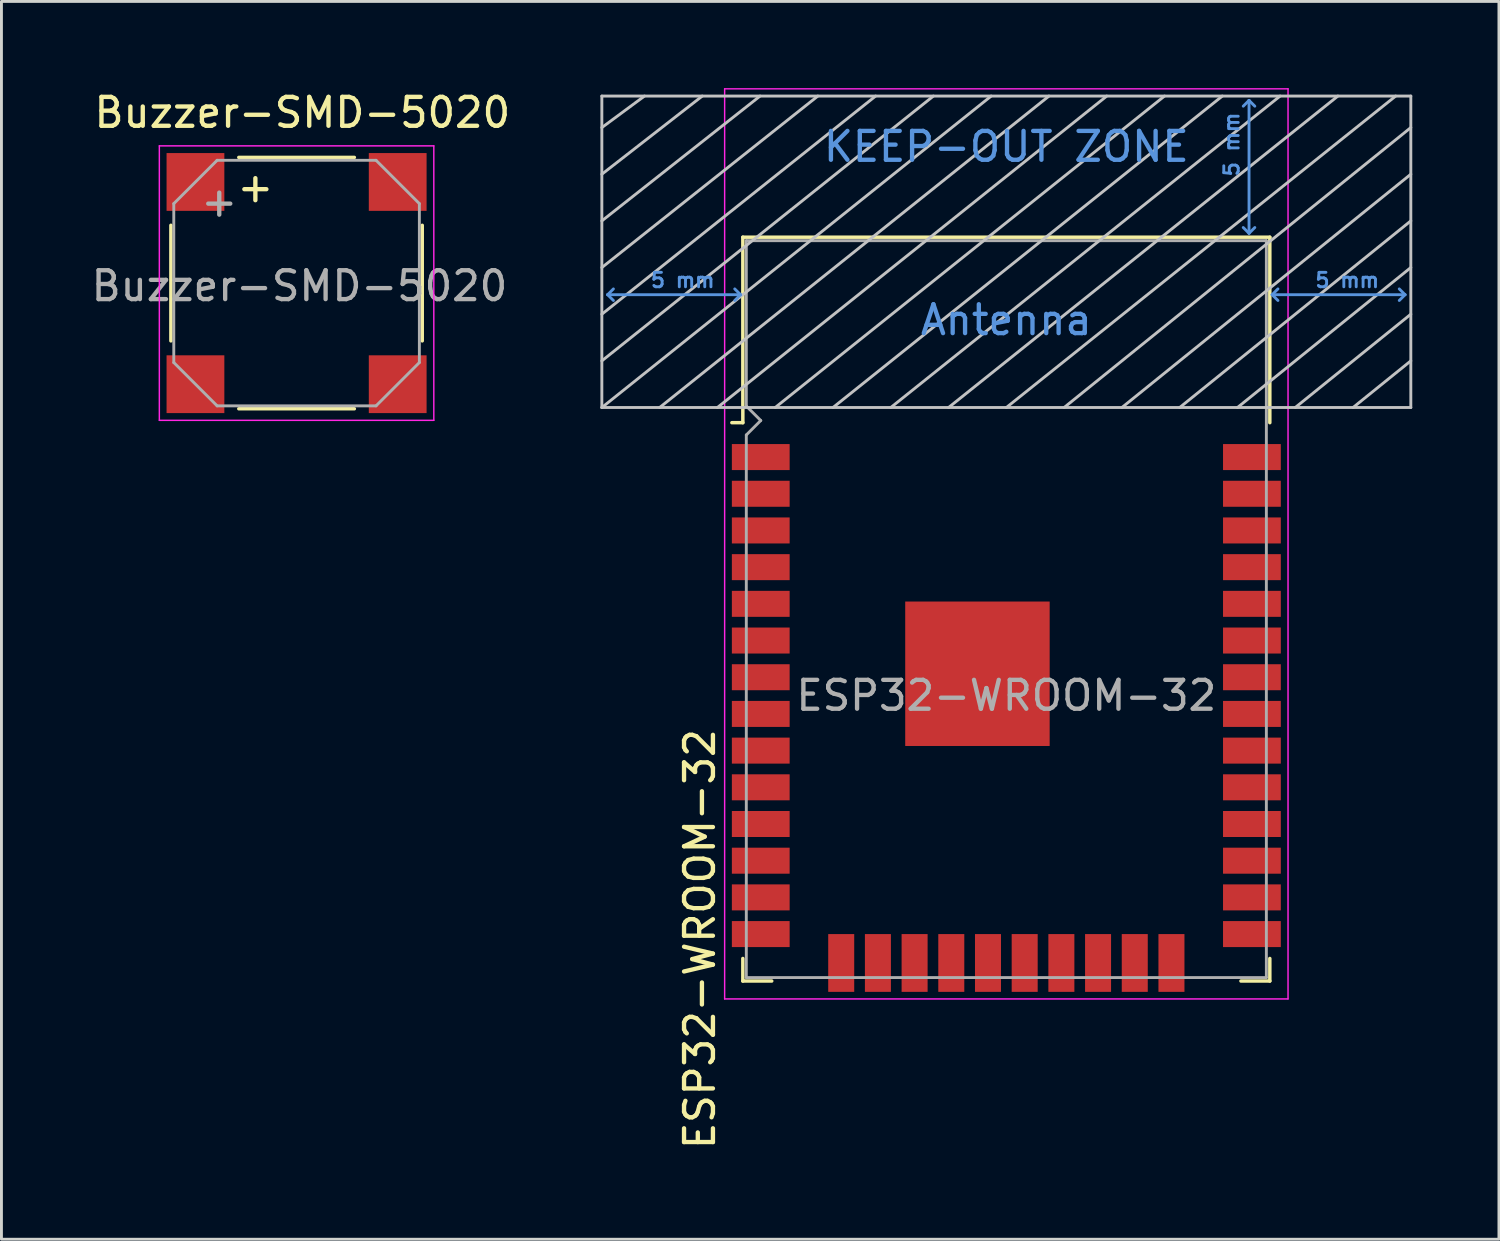
<source format=kicad_pcb>
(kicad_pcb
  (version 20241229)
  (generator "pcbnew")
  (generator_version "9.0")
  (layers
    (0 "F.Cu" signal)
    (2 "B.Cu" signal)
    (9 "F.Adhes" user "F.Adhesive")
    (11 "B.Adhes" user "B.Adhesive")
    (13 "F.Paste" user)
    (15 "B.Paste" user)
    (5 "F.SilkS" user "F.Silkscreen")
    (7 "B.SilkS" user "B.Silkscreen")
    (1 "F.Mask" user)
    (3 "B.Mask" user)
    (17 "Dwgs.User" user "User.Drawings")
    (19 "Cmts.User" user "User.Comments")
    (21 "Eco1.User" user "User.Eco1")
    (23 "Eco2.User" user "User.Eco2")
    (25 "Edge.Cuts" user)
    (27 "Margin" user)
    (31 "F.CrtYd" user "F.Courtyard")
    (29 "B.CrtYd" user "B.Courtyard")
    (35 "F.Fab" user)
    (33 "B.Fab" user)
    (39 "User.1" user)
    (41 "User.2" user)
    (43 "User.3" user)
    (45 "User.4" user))
  (footprint "Buzzer-SMD-5020"
    (layer "F.Cu")
    (at 7.215 6.748)
    (property "Reference" "Buzzer-SMD-5020" (at 0.2 -5.9 0) (layer "F.SilkS") (effects (font (size 1 1) (thickness 0.15))))
    (attr smd)
    (fp_line (start -4.35 -2) (end -4.35 2) (stroke (width 0.12) (type solid)) (layer "F.SilkS"))
    (fp_line (start -2 4.35) (end 2 4.35) (stroke (width 0.12) (type solid)) (layer "F.SilkS"))
    (fp_line (start 2 -4.35) (end -2 -4.35) (stroke (width 0.12) (type solid)) (layer "F.SilkS"))
    (fp_line (start 4.35 2) (end 4.35 -2) (stroke (width 0.12) (type solid)) (layer "F.SilkS"))
    (fp_line (start -4.75 -4.75) (end 4.75 -4.75) (stroke (width 0.05) (type solid)) (layer "F.CrtYd"))
    (fp_line (start -4.75 4.75) (end -4.75 -4.75) (stroke (width 0.05) (type solid)) (layer "F.CrtYd"))
    (fp_line (start 4.75 -4.75) (end 4.75 4.75) (stroke (width 0.05) (type solid)) (layer "F.CrtYd"))
    (fp_line (start 4.75 4.75) (end -4.75 4.75) (stroke (width 0.05) (type solid)) (layer "F.CrtYd"))
    (fp_line (start -4.25 -2.75) (end -2.75 -4.25) (stroke (width 0.1) (type solid)) (layer "F.Fab"))
    (fp_line (start -4.25 2.75) (end -4.25 -2.75) (stroke (width 0.1) (type solid)) (layer "F.Fab"))
    (fp_line (start -2.75 -4.25) (end 2.75 -4.25) (stroke (width 0.1) (type solid)) (layer "F.Fab"))
    (fp_line (start -2.75 4.25) (end -4.25 2.75) (stroke (width 0.1) (type solid)) (layer "F.Fab"))
    (fp_line (start 2.75 -4.25) (end 4.25 -2.75) (stroke (width 0.1) (type solid)) (layer "F.Fab"))
    (fp_line (start 2.75 4.25) (end -2.75 4.25) (stroke (width 0.1) (type solid)) (layer "F.Fab"))
    (fp_line (start 4.25 -2.75) (end 4.25 2.75) (stroke (width 0.1) (type solid)) (layer "F.Fab"))
    (fp_line (start 4.25 2.75) (end 2.75 4.25) (stroke (width 0.1) (type solid)) (layer "F.Fab"))
    (fp_text user "+" (at -1.5 -3.25 270) (layer "F.SilkS") (effects (font (size 1 1) (thickness 0.15))))
    (fp_text user "+" (at -2.75 -2.75 270) (layer "F.Fab") (effects (font (size 1 1) (thickness 0.15))))
    (fp_text user "${REFERENCE}" (at 0.1 0.1 0) (layer "F.Fab") (effects (font (size 1 1) (thickness 0.15))))
    (pad "1" smd rect (at -3.5 -3.5 270) (size 2 2) (layers "F.Cu" "F.Mask" "F.Paste"))
    (pad "2" smd rect (at -3.5 3.5 270) (size 2 2) (layers "F.Cu" "F.Mask" "F.Paste"))
    (pad "3" smd rect (at 3.5 3.5 270) (size 2 2) (layers "F.Cu" "F.Mask" "F.Paste"))
    (pad "4" smd rect (at 3.5 -3.5 270) (size 2 2) (layers "F.Cu" "F.Mask" "F.Paste")))
  (footprint "ESP32-WROOM-32"
    (layer "F.Cu")
    (at 31.781 21.025)
    (property "Reference" "ESP32-WROOM-32" (at -10.61 8.43 90) (layer "F.SilkS") (effects (font (size 1 1) (thickness 0.15))))
    (attr smd)
    (fp_line (start -9.12 -15.865) (end -9.12 -9.445) (stroke (width 0.12) (type solid)) (layer "F.SilkS"))
    (fp_line (start -9.12 -15.865) (end 9.12 -15.865) (stroke (width 0.12) (type solid)) (layer "F.SilkS"))
    (fp_line (start -9.12 -9.445) (end -9.5 -9.445) (stroke (width 0.12) (type solid)) (layer "F.SilkS"))
    (fp_line (start -9.12 9.1) (end -9.12 9.88) (stroke (width 0.12) (type solid)) (layer "F.SilkS"))
    (fp_line (start -9.12 9.88) (end -8.12 9.88) (stroke (width 0.12) (type solid)) (layer "F.SilkS"))
    (fp_line (start 9.12 -15.865) (end 9.12 -9.445) (stroke (width 0.12) (type solid)) (layer "F.SilkS"))
    (fp_line (start 9.12 9.1) (end 9.12 9.88) (stroke (width 0.12) (type solid)) (layer "F.SilkS"))
    (fp_line (start 9.12 9.88) (end 8.12 9.88) (stroke (width 0.12) (type solid)) (layer "F.SilkS"))
    (fp_line (start -14 -9.97) (end -14 -20.75) (stroke (width 0.1) (type solid)) (layer "Dwgs.User"))
    (fp_line (start -12.525 -20.75) (end -14 -19.66) (stroke (width 0.1) (type solid)) (layer "Dwgs.User"))
    (fp_line (start -10.525 -20.75) (end -14 -18.045) (stroke (width 0.1) (type solid)) (layer "Dwgs.User"))
    (fp_line (start -8.525 -20.75) (end -14 -16.43) (stroke (width 0.1) (type solid)) (layer "Dwgs.User"))
    (fp_line (start -8 -9.97) (end 5.475 -20.75) (stroke (width 0.1) (type solid)) (layer "Dwgs.User"))
    (fp_line (start -6.525 -20.75) (end -14 -14.815) (stroke (width 0.1) (type solid)) (layer "Dwgs.User"))
    (fp_line (start -4.525 -20.75) (end -14 -13.2) (stroke (width 0.1) (type solid)) (layer "Dwgs.User"))
    (fp_line (start -2.525 -20.75) (end -14 -11.585) (stroke (width 0.1) (type solid)) (layer "Dwgs.User"))
    (fp_line (start -0.525 -20.75) (end -14 -9.97) (stroke (width 0.1) (type solid)) (layer "Dwgs.User"))
    (fp_line (start 1.475 -20.75) (end -12 -9.97) (stroke (width 0.1) (type solid)) (layer "Dwgs.User"))
    (fp_line (start 3.475 -20.75) (end -10 -9.97) (stroke (width 0.1) (type solid)) (layer "Dwgs.User"))
    (fp_line (start 7.475 -20.75) (end -6 -9.97) (stroke (width 0.1) (type solid)) (layer "Dwgs.User"))
    (fp_line (start 9.475 -20.75) (end -4 -9.97) (stroke (width 0.1) (type solid)) (layer "Dwgs.User"))
    (fp_line (start 11.475 -20.75) (end -2 -9.97) (stroke (width 0.1) (type solid)) (layer "Dwgs.User"))
    (fp_line (start 13.475 -20.75) (end 0 -9.97) (stroke (width 0.1) (type solid)) (layer "Dwgs.User"))
    (fp_line (start 14 -20.75) (end -14 -20.75) (stroke (width 0.1) (type solid)) (layer "Dwgs.User"))
    (fp_line (start 14 -19.66) (end 2 -9.97) (stroke (width 0.1) (type solid)) (layer "Dwgs.User"))
    (fp_line (start 14 -18.045) (end 4 -9.97) (stroke (width 0.1) (type solid)) (layer "Dwgs.User"))
    (fp_line (start 14 -16.43) (end 6 -9.97) (stroke (width 0.1) (type solid)) (layer "Dwgs.User"))
    (fp_line (start 14 -14.815) (end 8 -9.97) (stroke (width 0.1) (type solid)) (layer "Dwgs.User"))
    (fp_line (start 14 -13.2) (end 10 -9.97) (stroke (width 0.1) (type solid)) (layer "Dwgs.User"))
    (fp_line (start 14 -11.585) (end 12 -9.97) (stroke (width 0.1) (type solid)) (layer "Dwgs.User"))
    (fp_line (start 14 -9.97) (end -14 -9.97) (stroke (width 0.1) (type solid)) (layer "Dwgs.User"))
    (fp_line (start 14 -9.97) (end 14 -20.75) (stroke (width 0.1) (type solid)) (layer "Dwgs.User"))
    (fp_line (start -13.8 -13.875) (end -13.6 -14.075) (stroke (width 0.1) (type solid)) (layer "Cmts.User"))
    (fp_line (start -13.8 -13.875) (end -13.6 -13.675) (stroke (width 0.1) (type solid)) (layer "Cmts.User"))
    (fp_line (start -13.8 -13.875) (end -9.2 -13.875) (stroke (width 0.1) (type solid)) (layer "Cmts.User"))
    (fp_line (start -9.2 -13.875) (end -9.4 -14.075) (stroke (width 0.1) (type solid)) (layer "Cmts.User"))
    (fp_line (start -9.2 -13.875) (end -9.4 -13.675) (stroke (width 0.1) (type solid)) (layer "Cmts.User"))
    (fp_line (start 8.4 -20.6) (end 8.2 -20.4) (stroke (width 0.1) (type solid)) (layer "Cmts.User"))
    (fp_line (start 8.4 -20.6) (end 8.6 -20.4) (stroke (width 0.1) (type solid)) (layer "Cmts.User"))
    (fp_line (start 8.4 -16) (end 8.2 -16.2) (stroke (width 0.1) (type solid)) (layer "Cmts.User"))
    (fp_line (start 8.4 -16) (end 8.4 -20.6) (stroke (width 0.1) (type solid)) (layer "Cmts.User"))
    (fp_line (start 8.4 -16) (end 8.6 -16.2) (stroke (width 0.1) (type solid)) (layer "Cmts.User"))
    (fp_line (start 9.2 -13.875) (end 9.4 -14.075) (stroke (width 0.1) (type solid)) (layer "Cmts.User"))
    (fp_line (start 9.2 -13.875) (end 9.4 -13.675) (stroke (width 0.1) (type solid)) (layer "Cmts.User"))
    (fp_line (start 9.2 -13.875) (end 13.8 -13.875) (stroke (width 0.1) (type solid)) (layer "Cmts.User"))
    (fp_line (start 13.8 -13.875) (end 13.6 -14.075) (stroke (width 0.1) (type solid)) (layer "Cmts.User"))
    (fp_line (start 13.8 -13.875) (end 13.6 -13.675) (stroke (width 0.1) (type solid)) (layer "Cmts.User"))
    (fp_line (start -9.75 -21) (end 9.75 -21) (stroke (width 0.05) (type solid)) (layer "F.CrtYd"))
    (fp_line (start -9.75 10.5) (end -9.75 -21) (stroke (width 0.05) (type solid)) (layer "F.CrtYd"))
    (fp_line (start -9.75 10.5) (end 9.75 10.5) (stroke (width 0.05) (type solid)) (layer "F.CrtYd"))
    (fp_line (start 9.75 -21) (end 9.75 10.5) (stroke (width 0.05) (type solid)) (layer "F.CrtYd"))
    (fp_line (start -9 -15.745) (end -9 -10.02) (stroke (width 0.1) (type solid)) (layer "F.Fab"))
    (fp_line (start -9 -15.745) (end 9 -15.745) (stroke (width 0.1) (type solid)) (layer "F.Fab"))
    (fp_line (start -9 -9.02) (end -9 9.76) (stroke (width 0.1) (type solid)) (layer "F.Fab"))
    (fp_line (start -9 -9.02) (end -8.5 -9.52) (stroke (width 0.1) (type solid)) (layer "F.Fab"))
    (fp_line (start -9 9.76) (end 9 9.76) (stroke (width 0.1) (type solid)) (layer "F.Fab"))
    (fp_line (start -8.5 -9.52) (end -9 -10.02) (stroke (width 0.1) (type solid)) (layer "F.Fab"))
    (fp_line (start 9 9.76) (end 9 -15.745) (stroke (width 0.1) (type solid)) (layer "F.Fab"))
    (fp_text user "5 mm" (at 7.8 -19.075 90) (layer "Cmts.User") (effects (font (size 0.5 0.5) (thickness 0.1))))
    (fp_text user "Antenna" (at 0 -13 0) (layer "Cmts.User") (effects (font (size 1 1) (thickness 0.15))))
    (fp_text user "5 mm" (at 11.8 -14.375 0) (layer "Cmts.User") (effects (font (size 0.5 0.5) (thickness 0.1))))
    (fp_text user "5 mm" (at -11.2 -14.375 0) (layer "Cmts.User") (effects (font (size 0.5 0.5) (thickness 0.1))))
    (fp_text user "KEEP-OUT ZONE" (at 0 -19 0) (layer "Cmts.User") (effects (font (size 1 1) (thickness 0.15))))
    (fp_text user "${REFERENCE}" (at 0 0 0) (layer "F.Fab") (effects (font (size 1 1) (thickness 0.15))))
    (pad "1" smd rect (at -8.5 -8.255) (size 2 0.9) (layers "F.Cu" "F.Mask" "F.Paste"))
    (pad "2" smd rect (at -8.5 -6.985) (size 2 0.9) (layers "F.Cu" "F.Mask" "F.Paste"))
    (pad "3" smd rect (at -8.5 -5.715) (size 2 0.9) (layers "F.Cu" "F.Mask" "F.Paste"))
    (pad "4" smd rect (at -8.5 -4.445) (size 2 0.9) (layers "F.Cu" "F.Mask" "F.Paste"))
    (pad "5" smd rect (at -8.5 -3.175) (size 2 0.9) (layers "F.Cu" "F.Mask" "F.Paste"))
    (pad "6" smd rect (at -8.5 -1.905) (size 2 0.9) (layers "F.Cu" "F.Mask" "F.Paste"))
    (pad "7" smd rect (at -8.5 -0.635) (size 2 0.9) (layers "F.Cu" "F.Mask" "F.Paste"))
    (pad "8" smd rect (at -8.5 0.635) (size 2 0.9) (layers "F.Cu" "F.Mask" "F.Paste"))
    (pad "9" smd rect (at -8.5 1.905) (size 2 0.9) (layers "F.Cu" "F.Mask" "F.Paste"))
    (pad "10" smd rect (at -8.5 3.175) (size 2 0.9) (layers "F.Cu" "F.Mask" "F.Paste"))
    (pad "11" smd rect (at -8.5 4.445) (size 2 0.9) (layers "F.Cu" "F.Mask" "F.Paste"))
    (pad "12" smd rect (at -8.5 5.715) (size 2 0.9) (layers "F.Cu" "F.Mask" "F.Paste"))
    (pad "13" smd rect (at -8.5 6.985) (size 2 0.9) (layers "F.Cu" "F.Mask" "F.Paste"))
    (pad "14" smd rect (at -8.5 8.255) (size 2 0.9) (layers "F.Cu" "F.Mask" "F.Paste"))
    (pad "15" smd rect (at -5.715 9.255 90) (size 2 0.9) (layers "F.Cu" "F.Mask" "F.Paste"))
    (pad "16" smd rect (at -4.445 9.255 90) (size 2 0.9) (layers "F.Cu" "F.Mask" "F.Paste"))
    (pad "17" smd rect (at -3.175 9.255 90) (size 2 0.9) (layers "F.Cu" "F.Mask" "F.Paste"))
    (pad "18" smd rect (at -1.905 9.255 90) (size 2 0.9) (layers "F.Cu" "F.Mask" "F.Paste"))
    (pad "19" smd rect (at -0.635 9.255 90) (size 2 0.9) (layers "F.Cu" "F.Mask" "F.Paste"))
    (pad "20" smd rect (at 0.635 9.255 90) (size 2 0.9) (layers "F.Cu" "F.Mask" "F.Paste"))
    (pad "21" smd rect (at 1.905 9.255 90) (size 2 0.9) (layers "F.Cu" "F.Mask" "F.Paste"))
    (pad "22" smd rect (at 3.175 9.255 90) (size 2 0.9) (layers "F.Cu" "F.Mask" "F.Paste"))
    (pad "23" smd rect (at 4.445 9.255 90) (size 2 0.9) (layers "F.Cu" "F.Mask" "F.Paste"))
    (pad "24" smd rect (at 5.715 9.255 90) (size 2 0.9) (layers "F.Cu" "F.Mask" "F.Paste"))
    (pad "25" smd rect (at 8.5 8.255) (size 2 0.9) (layers "F.Cu" "F.Mask" "F.Paste"))
    (pad "26" smd rect (at 8.5 6.985) (size 2 0.9) (layers "F.Cu" "F.Mask" "F.Paste"))
    (pad "27" smd rect (at 8.5 5.715) (size 2 0.9) (layers "F.Cu" "F.Mask" "F.Paste"))
    (pad "28" smd rect (at 8.5 4.445) (size 2 0.9) (layers "F.Cu" "F.Mask" "F.Paste"))
    (pad "29" smd rect (at 8.5 3.175) (size 2 0.9) (layers "F.Cu" "F.Mask" "F.Paste"))
    (pad "30" smd rect (at 8.5 1.905) (size 2 0.9) (layers "F.Cu" "F.Mask" "F.Paste"))
    (pad "31" smd rect (at 8.5 0.635) (size 2 0.9) (layers "F.Cu" "F.Mask" "F.Paste"))
    (pad "32" smd rect (at 8.5 -0.635) (size 2 0.9) (layers "F.Cu" "F.Mask" "F.Paste"))
    (pad "33" smd rect (at 8.5 -1.905) (size 2 0.9) (layers "F.Cu" "F.Mask" "F.Paste"))
    (pad "34" smd rect (at 8.5 -3.175) (size 2 0.9) (layers "F.Cu" "F.Mask" "F.Paste"))
    (pad "35" smd rect (at 8.5 -4.445) (size 2 0.9) (layers "F.Cu" "F.Mask" "F.Paste"))
    (pad "36" smd rect (at 8.5 -5.715) (size 2 0.9) (layers "F.Cu" "F.Mask" "F.Paste"))
    (pad "37" smd rect (at 8.5 -6.985) (size 2 0.9) (layers "F.Cu" "F.Mask" "F.Paste"))
    (pad "38" smd rect (at 8.5 -8.255) (size 2 0.9) (layers "F.Cu" "F.Mask" "F.Paste"))
    (pad "39" smd rect (at -1 -0.755) (size 5 5) (layers "F.Cu" "F.Mask" "F.Paste")))
  (gr_rect
    (start -3 -3)
    (end 48.831 39.842)
    (stroke (width 0.1) (type default))
    (fill no)
    (layer "Edge.Cuts")))
</source>
